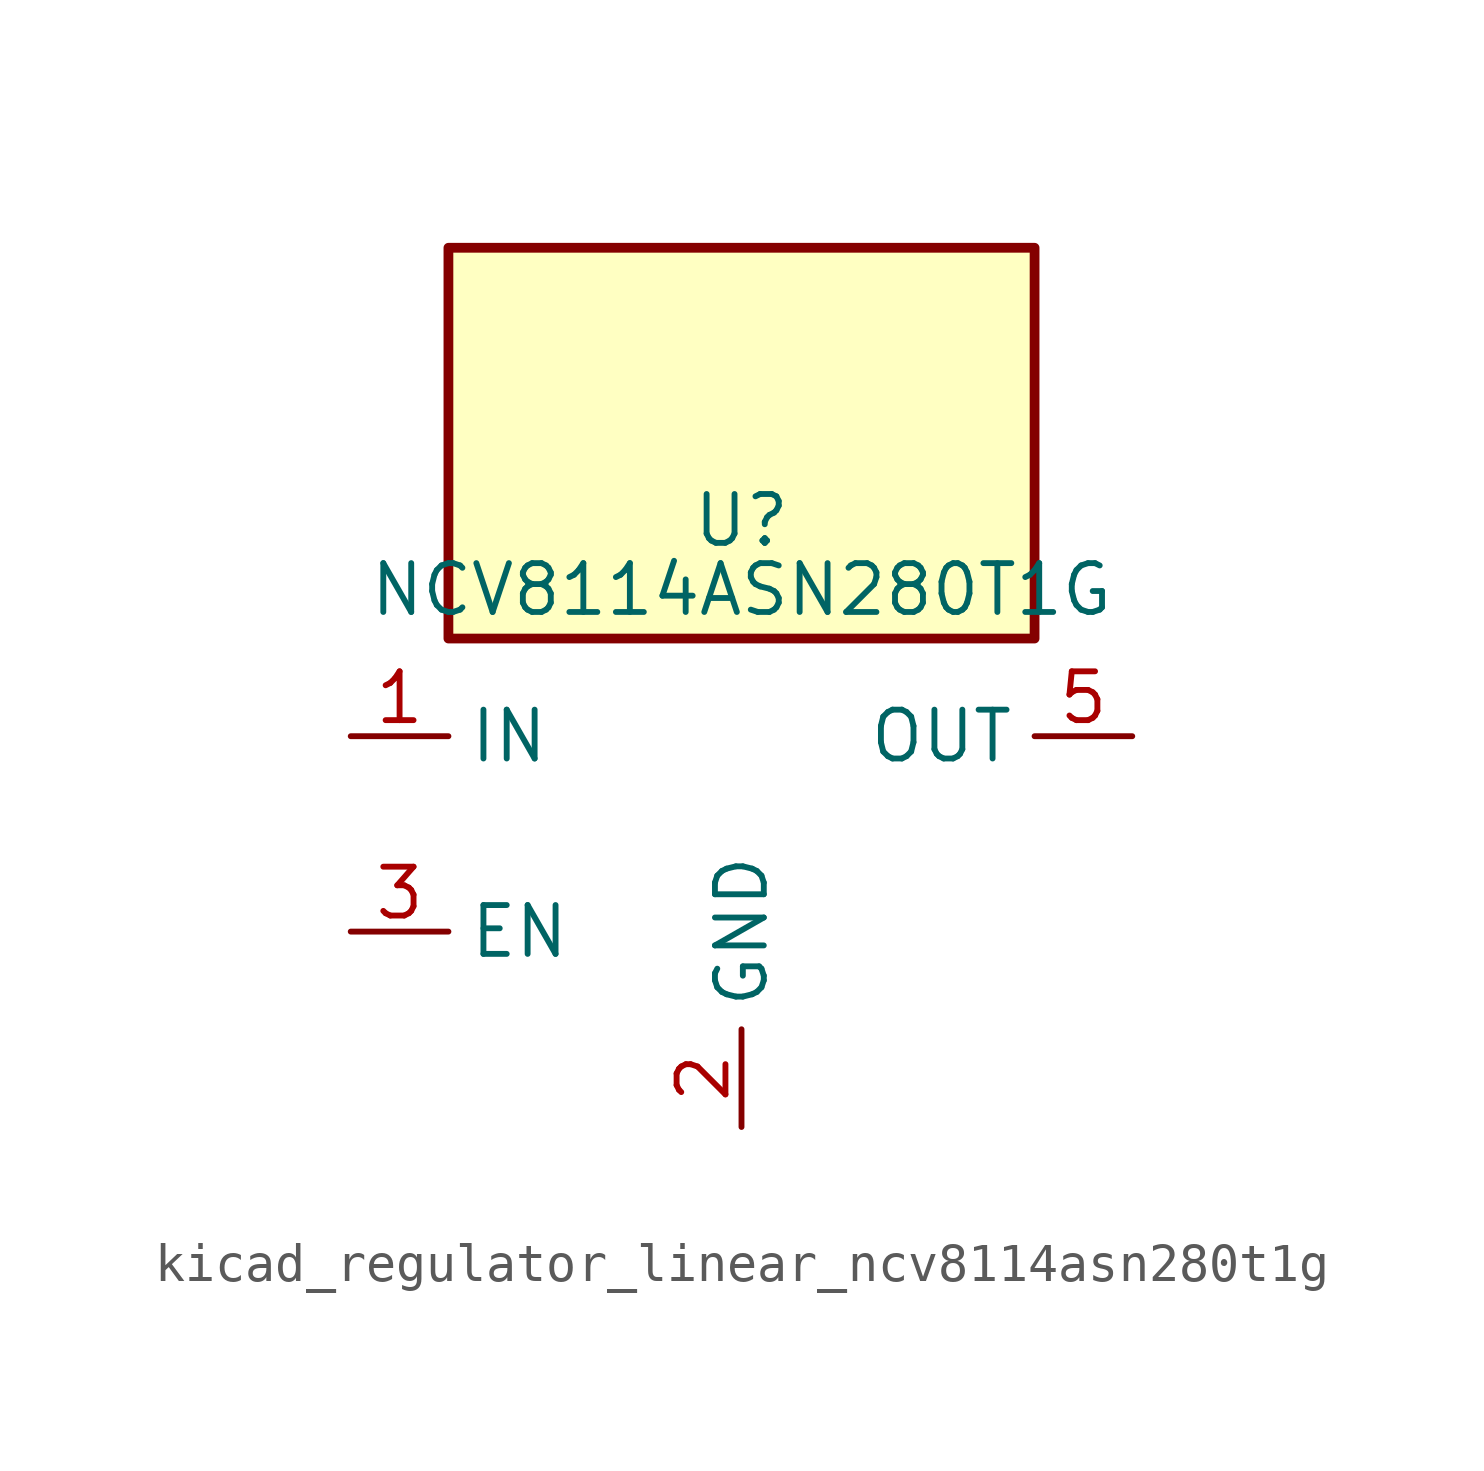
<source format=kicad_sym>
(kicad_symbol_lib
  (version 20220914)
  (generator kicad_symbol_editor)
  (symbol "kicad_regulator_linear_ncv8114asn280t1g"
    (property "Reference" "U"
      (at 0 8.89 0)
      (effects (font (size 1.27 1.27)) (justify top)))
    (property "Value" "NCV8114ASN280T1G"
      (at 0 6.35 0)
      (effects (font (size 1.27 1.27))))
    (symbol "kicad_regulator_linear_ncv8114asn280t1g_0_1"
      (rectangle (start 7.62 15.24) (end -7.62 5.08) (stroke (width 0.254) (type default)) (fill (type background))))
    (symbol "kicad_regulator_linear_ncv8114asn280t1g_1_1"
      (pin power_in line (at -10.16 2.54 0) (length 2.54) (name "IN" (effects (font (size 1.27 1.27)))) (number "1" (effects (font (size 1.27 1.27)))))
      (pin power_in line (at 0 -7.62 90) (length 2.54) (name "GND" (effects (font (size 1.27 1.27)))) (number "2" (effects (font (size 1.27 1.27)))))
      (pin input line (at -10.16 -2.54 0) (length 2.54) (name "EN" (effects (font (size 1.27 1.27)))) (number "3" (effects (font (size 1.27 1.27)))))
      (pin no_connect line (at 7.62 -2.54 180) (length 2.54) hide (name "NC" (effects (font (size 1.27 1.27)))) (number "4" (effects (font (size 1.27 1.27)))))
      (pin power_out line (at 10.16 2.54 180) (length 2.54) (name "OUT" (effects (font (size 1.27 1.27)))) (number "5" (effects (font (size 1.27 1.27))))))))
</source>
